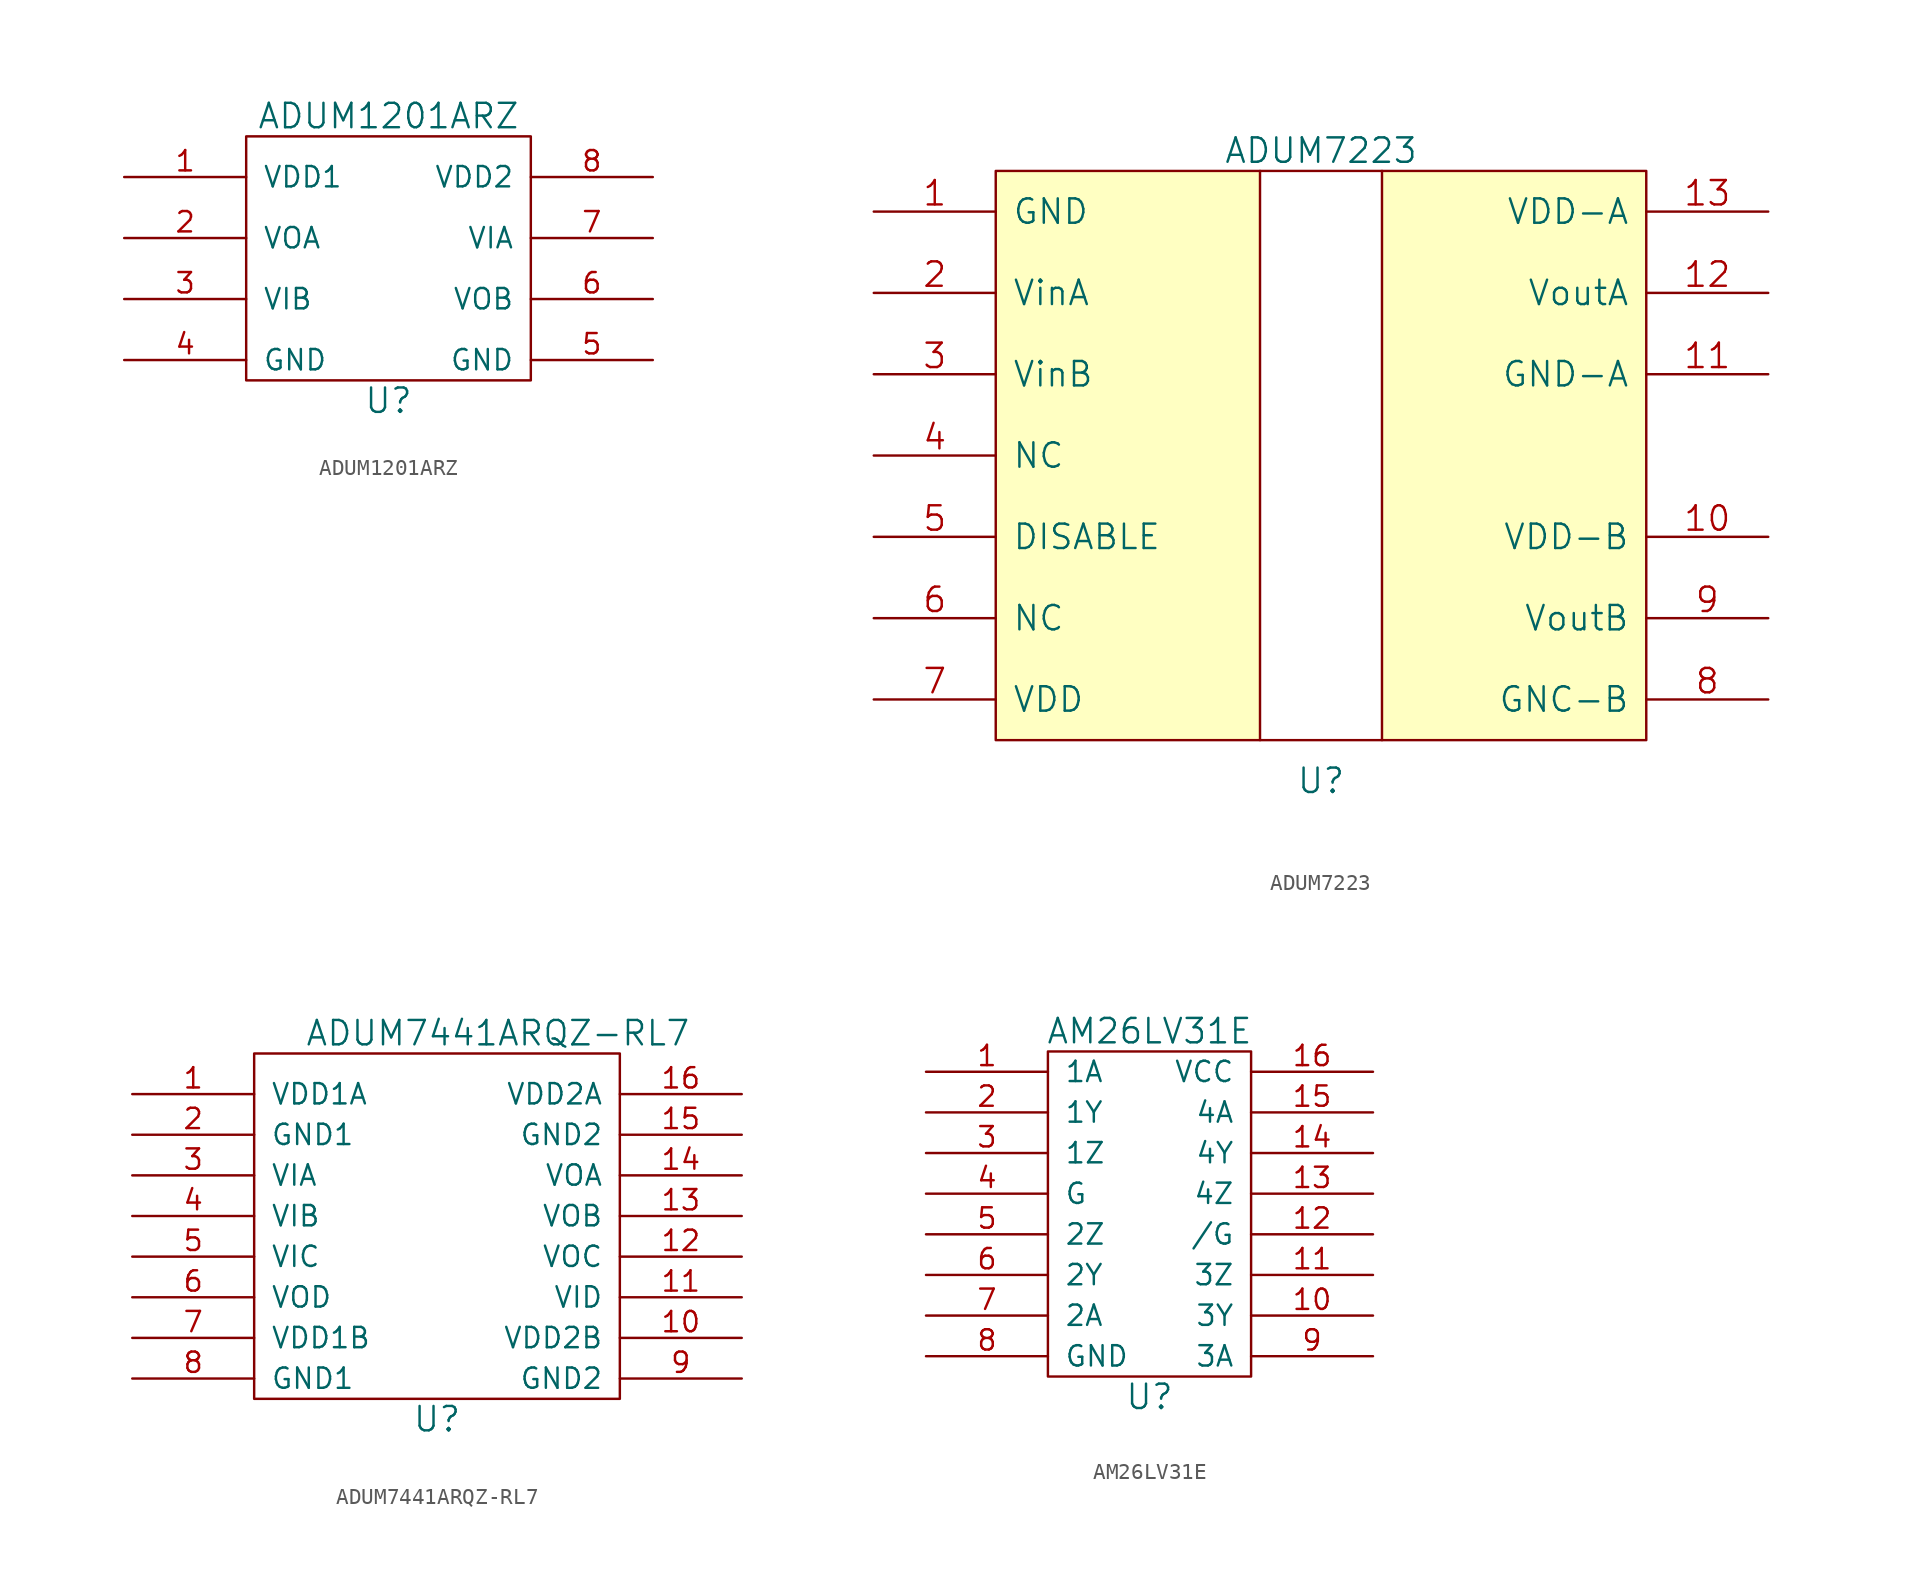
<source format=kicad_sym>
(kicad_symbol_lib
  (version 20211014)
  (generator kicad_symbol_editor)
  (symbol "ADUM1201ARZ"
    (pin_names
      (offset 1.016))
    (property "Reference" "U"
      (at 0 -7.62 0)
      (effects (font (size 1.524 1.524))))
    (property "Value" "ADUM1201ARZ"
      (at 0 10.16 0)
      (effects (font (size 1.524 1.524))))
    (property "Footprint" ""
      (at 0 0 0)
      (effects (font (size 1.524 1.524))))
    (property "Datasheet" ""
      (at 0 0 0)
      (effects (font (size 1.524 1.524))))
    (symbol "ADUM1201ARZ_0_1"
      (rectangle (start -8.89 8.89) (end 8.89 -6.35) (stroke (width 0) (type default) (color 0 0 0 0)) (fill (type none))))
    (symbol "ADUM1201ARZ_1_1"
      (pin input line (at -16.51 6.35 0) (length 7.62) (name "VDD1" (effects (font (size 1.27 1.27)))) (number "1" (effects (font (size 1.27 1.27)))))
      (pin input line (at -16.51 2.54 0) (length 7.62) (name "VOA" (effects (font (size 1.27 1.27)))) (number "2" (effects (font (size 1.27 1.27)))))
      (pin input line (at -16.51 -1.27 0) (length 7.62) (name "VIB" (effects (font (size 1.27 1.27)))) (number "3" (effects (font (size 1.27 1.27)))))
      (pin input line (at -16.51 -5.08 0) (length 7.62) (name "GND" (effects (font (size 1.27 1.27)))) (number "4" (effects (font (size 1.27 1.27)))))
      (pin input line (at 16.51 -5.08 180) (length 7.62) (name "GND" (effects (font (size 1.27 1.27)))) (number "5" (effects (font (size 1.27 1.27)))))
      (pin input line (at 16.51 -1.27 180) (length 7.62) (name "VOB" (effects (font (size 1.27 1.27)))) (number "6" (effects (font (size 1.27 1.27)))))
      (pin input line (at 16.51 2.54 180) (length 7.62) (name "VIA" (effects (font (size 1.27 1.27)))) (number "7" (effects (font (size 1.27 1.27)))))
      (pin input line (at 16.51 6.35 180) (length 7.62) (name "VDD2" (effects (font (size 1.27 1.27)))) (number "8" (effects (font (size 1.27 1.27)))))))
  (symbol "ADUM7223"
    (pin_names
      (offset 1.016))
    (property "Reference" "U"
      (at 0 -20.32 0)
      (effects (font (size 1.524 1.524))))
    (property "Value" "ADUM7223"
      (at 0 19.05 0)
      (effects (font (size 1.524 1.524))))
    (property "Footprint" ""
      (at 0 0 0)
      (effects (font (size 1.524 1.524))))
    (property "Datasheet" ""
      (at 0 0 0)
      (effects (font (size 1.524 1.524))))
    (symbol "ADUM7223_0_1"
      (rectangle (start -20.32 17.78) (end -3.81 -17.78) (stroke (width 0) (type default) (color 0 0 0 0)) (fill (type background)))
      (polyline (pts (xy -3.81 -17.78) (xy 3.81 -17.78)) (stroke (width 0) (type default) (color 0 0 0 0)) (fill (type none)))
      (polyline (pts (xy -3.81 17.78) (xy 3.81 17.78)) (stroke (width 0) (type default) (color 0 0 0 0)) (fill (type none)))
      (rectangle (start 3.81 17.78) (end 20.32 -17.78) (stroke (width 0) (type default) (color 0 0 0 0)) (fill (type background))))
    (symbol "ADUM7223_1_1"
      (pin input line (at -27.94 15.24 0) (length 7.62) (name "GND" (effects (font (size 1.524 1.524)))) (number "1" (effects (font (size 1.524 1.524)))))
      (pin input line (at 27.94 -5.08 180) (length 7.62) (name "VDD-B" (effects (font (size 1.524 1.524)))) (number "10" (effects (font (size 1.524 1.524)))))
      (pin input line (at 27.94 5.08 180) (length 7.62) (name "GND-A" (effects (font (size 1.524 1.524)))) (number "11" (effects (font (size 1.524 1.524)))))
      (pin input line (at 27.94 10.16 180) (length 7.62) (name "VoutA" (effects (font (size 1.524 1.524)))) (number "12" (effects (font (size 1.524 1.524)))))
      (pin input line (at 27.94 15.24 180) (length 7.62) (name "VDD-A" (effects (font (size 1.524 1.524)))) (number "13" (effects (font (size 1.524 1.524)))))
      (pin input line (at -27.94 10.16 0) (length 7.62) (name "VinA" (effects (font (size 1.524 1.524)))) (number "2" (effects (font (size 1.524 1.524)))))
      (pin input line (at -27.94 5.08 0) (length 7.62) (name "VinB" (effects (font (size 1.524 1.524)))) (number "3" (effects (font (size 1.524 1.524)))))
      (pin input line (at -27.94 0 0) (length 7.62) (name "NC" (effects (font (size 1.524 1.524)))) (number "4" (effects (font (size 1.524 1.524)))))
      (pin input line (at -27.94 -5.08 0) (length 7.62) (name "DISABLE" (effects (font (size 1.524 1.524)))) (number "5" (effects (font (size 1.524 1.524)))))
      (pin input line (at -27.94 -10.16 0) (length 7.62) (name "NC" (effects (font (size 1.524 1.524)))) (number "6" (effects (font (size 1.524 1.524)))))
      (pin input line (at -27.94 -15.24 0) (length 7.62) (name "VDD" (effects (font (size 1.524 1.524)))) (number "7" (effects (font (size 1.524 1.524)))))
      (pin input line (at 27.94 -15.24 180) (length 7.62) (name "GNC-B" (effects (font (size 1.524 1.524)))) (number "8" (effects (font (size 1.524 1.524)))))
      (pin input line (at 27.94 -10.16 180) (length 7.62) (name "VoutB" (effects (font (size 1.524 1.524)))) (number "9" (effects (font (size 1.524 1.524)))))))
  (symbol "ADUM7441ARQZ-RL7"
    (pin_names
      (offset 1.016))
    (property "Reference" "U"
      (at 0 -10.16 0)
      (effects (font (size 1.524 1.524))))
    (property "Value" "ADUM7441ARQZ-RL7"
      (at 3.81 13.97 0)
      (effects (font (size 1.524 1.524))))
    (property "Footprint" ""
      (at 0 0 0)
      (effects (font (size 1.524 1.524))))
    (property "Datasheet" ""
      (at 0 0 0)
      (effects (font (size 1.524 1.524))))
    (symbol "ADUM7441ARQZ-RL7_0_1"
      (rectangle (start -11.43 12.7) (end 11.43 -8.89) (stroke (width 0) (type default) (color 0 0 0 0)) (fill (type none))))
    (symbol "ADUM7441ARQZ-RL7_1_1"
      (pin input line (at -19.05 10.16 0) (length 7.62) (name "VDD1A" (effects (font (size 1.27 1.27)))) (number "1" (effects (font (size 1.27 1.27)))))
      (pin input line (at 19.05 -5.08 180) (length 7.62) (name "VDD2B" (effects (font (size 1.27 1.27)))) (number "10" (effects (font (size 1.27 1.27)))))
      (pin input line (at 19.05 -2.54 180) (length 7.62) (name "VID" (effects (font (size 1.27 1.27)))) (number "11" (effects (font (size 1.27 1.27)))))
      (pin input line (at 19.05 0 180) (length 7.62) (name "VOC" (effects (font (size 1.27 1.27)))) (number "12" (effects (font (size 1.27 1.27)))))
      (pin input line (at 19.05 2.54 180) (length 7.62) (name "VOB" (effects (font (size 1.27 1.27)))) (number "13" (effects (font (size 1.27 1.27)))))
      (pin input line (at 19.05 5.08 180) (length 7.62) (name "VOA" (effects (font (size 1.27 1.27)))) (number "14" (effects (font (size 1.27 1.27)))))
      (pin input line (at 19.05 7.62 180) (length 7.62) (name "GND2" (effects (font (size 1.27 1.27)))) (number "15" (effects (font (size 1.27 1.27)))))
      (pin input line (at 19.05 10.16 180) (length 7.62) (name "VDD2A" (effects (font (size 1.27 1.27)))) (number "16" (effects (font (size 1.27 1.27)))))
      (pin input line (at -19.05 7.62 0) (length 7.62) (name "GND1" (effects (font (size 1.27 1.27)))) (number "2" (effects (font (size 1.27 1.27)))))
      (pin input line (at -19.05 5.08 0) (length 7.62) (name "VIA" (effects (font (size 1.27 1.27)))) (number "3" (effects (font (size 1.27 1.27)))))
      (pin input line (at -19.05 2.54 0) (length 7.62) (name "VIB" (effects (font (size 1.27 1.27)))) (number "4" (effects (font (size 1.27 1.27)))))
      (pin input line (at -19.05 0 0) (length 7.62) (name "VIC" (effects (font (size 1.27 1.27)))) (number "5" (effects (font (size 1.27 1.27)))))
      (pin input line (at -19.05 -2.54 0) (length 7.62) (name "VOD" (effects (font (size 1.27 1.27)))) (number "6" (effects (font (size 1.27 1.27)))))
      (pin input line (at -19.05 -5.08 0) (length 7.62) (name "VDD1B" (effects (font (size 1.27 1.27)))) (number "7" (effects (font (size 1.27 1.27)))))
      (pin input line (at -19.05 -7.62 0) (length 7.62) (name "GND1" (effects (font (size 1.27 1.27)))) (number "8" (effects (font (size 1.27 1.27)))))
      (pin input line (at 19.05 -7.62 180) (length 7.62) (name "GND2" (effects (font (size 1.27 1.27)))) (number "9" (effects (font (size 1.27 1.27)))))))
  (symbol "AM26LV31E"
    (pin_names
      (offset 1.016))
    (property "Reference" "U"
      (at 0 -11.43 0)
      (effects (font (size 1.524 1.524))))
    (property "Value" "AM26LV31E"
      (at 0 11.43 0)
      (effects (font (size 1.524 1.524))))
    (property "Datasheet" ""
      (at 0 0 0)
      (effects (font (size 1.524 1.524))))
    (symbol "AM26LV31E_0_1"
      (rectangle (start -6.35 10.16) (end 6.35 -10.16) (stroke (width 0) (type default) (color 0 0 0 0)) (fill (type none))))
    (symbol "AM26LV31E_1_1"
      (pin bidirectional line (at -13.97 8.89 0) (length 7.62) (name "1A" (effects (font (size 1.27 1.27)))) (number "1" (effects (font (size 1.27 1.27)))))
      (pin bidirectional line (at 13.97 -6.35 180) (length 7.62) (name "3Y" (effects (font (size 1.27 1.27)))) (number "10" (effects (font (size 1.27 1.27)))))
      (pin bidirectional line (at 13.97 -3.81 180) (length 7.62) (name "3Z" (effects (font (size 1.27 1.27)))) (number "11" (effects (font (size 1.27 1.27)))))
      (pin bidirectional line (at 13.97 -1.27 180) (length 7.62) (name "/G" (effects (font (size 1.27 1.27)))) (number "12" (effects (font (size 1.27 1.27)))))
      (pin bidirectional line (at 13.97 1.27 180) (length 7.62) (name "4Z" (effects (font (size 1.27 1.27)))) (number "13" (effects (font (size 1.27 1.27)))))
      (pin bidirectional line (at 13.97 3.81 180) (length 7.62) (name "4Y" (effects (font (size 1.27 1.27)))) (number "14" (effects (font (size 1.27 1.27)))))
      (pin bidirectional line (at 13.97 6.35 180) (length 7.62) (name "4A" (effects (font (size 1.27 1.27)))) (number "15" (effects (font (size 1.27 1.27)))))
      (pin input line (at 13.97 8.89 180) (length 7.62) (name "VCC" (effects (font (size 1.27 1.27)))) (number "16" (effects (font (size 1.27 1.27)))))
      (pin bidirectional line (at -13.97 6.35 0) (length 7.62) (name "1Y" (effects (font (size 1.27 1.27)))) (number "2" (effects (font (size 1.27 1.27)))))
      (pin bidirectional line (at -13.97 3.81 0) (length 7.62) (name "1Z" (effects (font (size 1.27 1.27)))) (number "3" (effects (font (size 1.27 1.27)))))
      (pin bidirectional line (at -13.97 1.27 0) (length 7.62) (name "G" (effects (font (size 1.27 1.27)))) (number "4" (effects (font (size 1.27 1.27)))))
      (pin bidirectional line (at -13.97 -1.27 0) (length 7.62) (name "2Z" (effects (font (size 1.27 1.27)))) (number "5" (effects (font (size 1.27 1.27)))))
      (pin bidirectional line (at -13.97 -3.81 0) (length 7.62) (name "2Y" (effects (font (size 1.27 1.27)))) (number "6" (effects (font (size 1.27 1.27)))))
      (pin bidirectional line (at -13.97 -6.35 0) (length 7.62) (name "2A" (effects (font (size 1.27 1.27)))) (number "7" (effects (font (size 1.27 1.27)))))
      (pin input line (at -13.97 -8.89 0) (length 7.62) (name "GND" (effects (font (size 1.27 1.27)))) (number "8" (effects (font (size 1.27 1.27)))))
      (pin bidirectional line (at 13.97 -8.89 180) (length 7.62) (name "3A" (effects (font (size 1.27 1.27)))) (number "9" (effects (font (size 1.27 1.27))))))))
</source>
